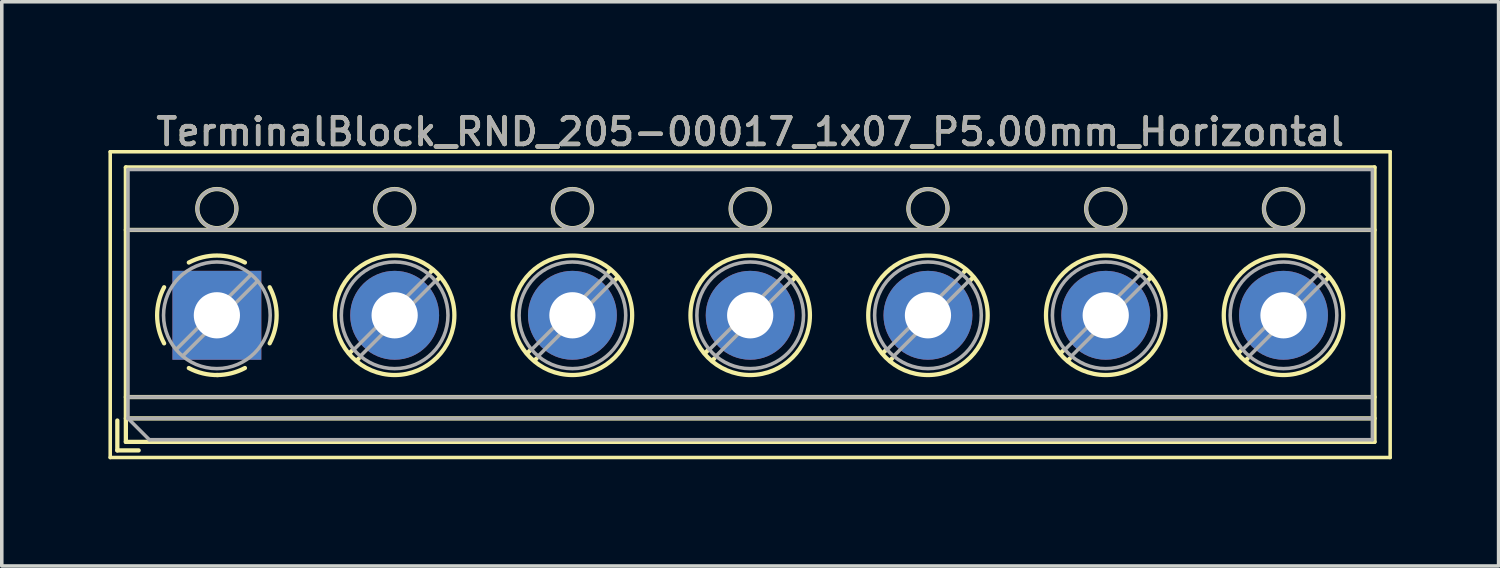
<source format=kicad_pcb>
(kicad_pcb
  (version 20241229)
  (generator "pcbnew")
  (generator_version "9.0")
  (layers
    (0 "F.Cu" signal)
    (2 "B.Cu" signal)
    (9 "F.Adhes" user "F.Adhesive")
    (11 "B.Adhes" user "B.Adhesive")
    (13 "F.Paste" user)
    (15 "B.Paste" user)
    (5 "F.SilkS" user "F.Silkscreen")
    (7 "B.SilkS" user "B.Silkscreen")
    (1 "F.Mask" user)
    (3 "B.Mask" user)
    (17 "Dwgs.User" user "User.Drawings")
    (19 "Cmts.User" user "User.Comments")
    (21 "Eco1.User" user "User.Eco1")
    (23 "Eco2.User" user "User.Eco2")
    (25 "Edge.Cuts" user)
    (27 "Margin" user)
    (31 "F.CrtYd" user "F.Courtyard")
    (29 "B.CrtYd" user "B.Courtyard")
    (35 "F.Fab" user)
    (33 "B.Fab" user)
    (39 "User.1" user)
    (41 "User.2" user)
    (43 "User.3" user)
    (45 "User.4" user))
  (footprint "TerminalBlock_RND_205-00017_1x07_P5.00mm_Horizontal"
    (layer "F.Cu")
    (at 3.05 5.818)
    (property "Reference" "TerminalBlock_RND_205-00017_1x07_P5.00mm_Horizontal" (at 15 -5.16 0) (layer "F.SilkS") (effects (font (size 0.75 0.75) (thickness 0.125))))
    (attr through_hole)
    (fp_line (start -3 -4.6) (end -3 4) (stroke (width 0.1) (type solid)) (layer "F.SilkS"))
    (fp_line (start -3 4) (end 33 4) (stroke (width 0.1) (type solid)) (layer "F.SilkS"))
    (fp_line (start -2.8 2.96) (end -2.8 3.8) (stroke (width 0.12) (type solid)) (layer "F.SilkS"))
    (fp_line (start -2.8 3.8) (end -2.2 3.8) (stroke (width 0.12) (type solid)) (layer "F.SilkS"))
    (fp_line (start -2.56 -4.16) (end -2.56 3.561) (stroke (width 0.12) (type solid)) (layer "F.SilkS"))
    (fp_line (start -2.56 -4.16) (end 32.56 -4.16) (stroke (width 0.12) (type solid)) (layer "F.SilkS"))
    (fp_line (start -2.56 -2.4) (end 32.56 -2.4) (stroke (width 0.12) (type solid)) (layer "F.SilkS"))
    (fp_line (start -2.56 2.3) (end 32.56 2.3) (stroke (width 0.12) (type solid)) (layer "F.SilkS"))
    (fp_line (start -2.56 2.9) (end 32.56 2.9) (stroke (width 0.12) (type solid)) (layer "F.SilkS"))
    (fp_line (start -2.56 3.561) (end 32.56 3.561) (stroke (width 0.12) (type solid)) (layer "F.SilkS"))
    (fp_line (start 3.82 0.976) (end 3.726 1.069) (stroke (width 0.12) (type solid)) (layer "F.SilkS"))
    (fp_line (start 3.99 1.216) (end 3.931 1.274) (stroke (width 0.12) (type solid)) (layer "F.SilkS"))
    (fp_line (start 6.07 -1.275) (end 6.011 -1.216) (stroke (width 0.12) (type solid)) (layer "F.SilkS"))
    (fp_line (start 6.275 -1.069) (end 6.181 -0.976) (stroke (width 0.12) (type solid)) (layer "F.SilkS"))
    (fp_line (start 8.82 0.976) (end 8.726 1.069) (stroke (width 0.12) (type solid)) (layer "F.SilkS"))
    (fp_line (start 8.99 1.216) (end 8.931 1.274) (stroke (width 0.12) (type solid)) (layer "F.SilkS"))
    (fp_line (start 11.07 -1.275) (end 11.011 -1.216) (stroke (width 0.12) (type solid)) (layer "F.SilkS"))
    (fp_line (start 11.275 -1.069) (end 11.181 -0.976) (stroke (width 0.12) (type solid)) (layer "F.SilkS"))
    (fp_line (start 13.82 0.976) (end 13.726 1.069) (stroke (width 0.12) (type solid)) (layer "F.SilkS"))
    (fp_line (start 13.99 1.216) (end 13.931 1.274) (stroke (width 0.12) (type solid)) (layer "F.SilkS"))
    (fp_line (start 16.07 -1.275) (end 16.011 -1.216) (stroke (width 0.12) (type solid)) (layer "F.SilkS"))
    (fp_line (start 16.275 -1.069) (end 16.181 -0.976) (stroke (width 0.12) (type solid)) (layer "F.SilkS"))
    (fp_line (start 18.82 0.976) (end 18.726 1.069) (stroke (width 0.12) (type solid)) (layer "F.SilkS"))
    (fp_line (start 18.99 1.216) (end 18.931 1.274) (stroke (width 0.12) (type solid)) (layer "F.SilkS"))
    (fp_line (start 21.07 -1.275) (end 21.011 -1.216) (stroke (width 0.12) (type solid)) (layer "F.SilkS"))
    (fp_line (start 21.275 -1.069) (end 21.181 -0.976) (stroke (width 0.12) (type solid)) (layer "F.SilkS"))
    (fp_line (start 23.82 0.976) (end 23.726 1.069) (stroke (width 0.12) (type solid)) (layer "F.SilkS"))
    (fp_line (start 23.99 1.216) (end 23.931 1.274) (stroke (width 0.12) (type solid)) (layer "F.SilkS"))
    (fp_line (start 26.07 -1.275) (end 26.011 -1.216) (stroke (width 0.12) (type solid)) (layer "F.SilkS"))
    (fp_line (start 26.275 -1.069) (end 26.181 -0.976) (stroke (width 0.12) (type solid)) (layer "F.SilkS"))
    (fp_line (start 28.82 0.976) (end 28.726 1.069) (stroke (width 0.12) (type solid)) (layer "F.SilkS"))
    (fp_line (start 28.99 1.216) (end 28.931 1.274) (stroke (width 0.12) (type solid)) (layer "F.SilkS"))
    (fp_line (start 31.07 -1.275) (end 31.011 -1.216) (stroke (width 0.12) (type solid)) (layer "F.SilkS"))
    (fp_line (start 31.275 -1.069) (end 31.181 -0.976) (stroke (width 0.12) (type solid)) (layer "F.SilkS"))
    (fp_line (start 32.56 -4.16) (end 32.56 3.561) (stroke (width 0.12) (type solid)) (layer "F.SilkS"))
    (fp_line (start 33 -4.6) (end -3 -4.6) (stroke (width 0.1) (type solid)) (layer "F.SilkS"))
    (fp_line (start 33 4) (end 33 -4.6) (stroke (width 0.1) (type solid)) (layer "F.SilkS"))
    (fp_arc (start -1.483953 0.789089) (mid -1.680708 0.00005) (end -1.484 -0.789) (stroke (width 0.12) (type solid)) (layer "F.SilkS"))
    (fp_arc (start -0.789089 -1.483953) (mid -0.00005 -1.680708) (end 0.789 -1.484) (stroke (width 0.12) (type solid)) (layer "F.SilkS"))
    (fp_arc (start 0.029383 1.68045) (mid -0.392304 1.634281) (end -0.789 1.484) (stroke (width 0.12) (type solid)) (layer "F.SilkS"))
    (fp_arc (start 0.788712 1.483352) (mid 0.406429 1.630097) (end 0 1.68) (stroke (width 0.12) (type solid)) (layer "F.SilkS"))
    (fp_arc (start 1.483953 -0.789089) (mid 1.680708 -0.00005) (end 1.484 0.789) (stroke (width 0.12) (type solid)) (layer "F.SilkS"))
    (fp_circle (center 0 -3) (end 0.55 -3) (stroke (width 0.12) (type solid)) (fill no) (layer "F.SilkS"))
    (fp_circle (center 5 -3) (end 5.55 -3) (stroke (width 0.12) (type solid)) (fill no) (layer "F.SilkS"))
    (fp_circle (center 5 0) (end 6.68 0) (stroke (width 0.12) (type solid)) (fill no) (layer "F.SilkS"))
    (fp_circle (center 10 -3) (end 10.55 -3) (stroke (width 0.12) (type solid)) (fill no) (layer "F.SilkS"))
    (fp_circle (center 10 0) (end 11.68 0) (stroke (width 0.12) (type solid)) (fill no) (layer "F.SilkS"))
    (fp_circle (center 15 -3) (end 15.55 -3) (stroke (width 0.12) (type solid)) (fill no) (layer "F.SilkS"))
    (fp_circle (center 15 0) (end 16.68 0) (stroke (width 0.12) (type solid)) (fill no) (layer "F.SilkS"))
    (fp_circle (center 20 -3) (end 20.55 -3) (stroke (width 0.12) (type solid)) (fill no) (layer "F.SilkS"))
    (fp_circle (center 20 0) (end 21.68 0) (stroke (width 0.12) (type solid)) (fill no) (layer "F.SilkS"))
    (fp_circle (center 25 -3) (end 25.55 -3) (stroke (width 0.12) (type solid)) (fill no) (layer "F.SilkS"))
    (fp_circle (center 25 0) (end 26.68 0) (stroke (width 0.12) (type solid)) (fill no) (layer "F.SilkS"))
    (fp_circle (center 30 -3) (end 30.55 -3) (stroke (width 0.12) (type solid)) (fill no) (layer "F.SilkS"))
    (fp_circle (center 30 0) (end 31.68 0) (stroke (width 0.12) (type solid)) (fill no) (layer "F.SilkS"))
    (fp_line (start -2.5 -4.1) (end 32.5 -4.1) (stroke (width 0.1) (type solid)) (layer "F.Fab"))
    (fp_line (start -2.5 -2.4) (end 32.5 -2.4) (stroke (width 0.1) (type solid)) (layer "F.Fab"))
    (fp_line (start -2.5 2.3) (end 32.5 2.3) (stroke (width 0.1) (type solid)) (layer "F.Fab"))
    (fp_line (start -2.5 2.9) (end -2.5 -4.1) (stroke (width 0.1) (type solid)) (layer "F.Fab"))
    (fp_line (start -2.5 2.9) (end 32.5 2.9) (stroke (width 0.1) (type solid)) (layer "F.Fab"))
    (fp_line (start -1.9 3.5) (end -2.5 2.9) (stroke (width 0.1) (type solid)) (layer "F.Fab"))
    (fp_line (start 0.955 -1.138) (end -1.138 0.955) (stroke (width 0.1) (type solid)) (layer "F.Fab"))
    (fp_line (start 1.138 -0.955) (end -0.955 1.138) (stroke (width 0.1) (type solid)) (layer "F.Fab"))
    (fp_line (start 5.955 -1.138) (end 3.863 0.955) (stroke (width 0.1) (type solid)) (layer "F.Fab"))
    (fp_line (start 6.138 -0.955) (end 4.046 1.138) (stroke (width 0.1) (type solid)) (layer "F.Fab"))
    (fp_line (start 10.955 -1.138) (end 8.863 0.955) (stroke (width 0.1) (type solid)) (layer "F.Fab"))
    (fp_line (start 11.138 -0.955) (end 9.046 1.138) (stroke (width 0.1) (type solid)) (layer "F.Fab"))
    (fp_line (start 15.955 -1.138) (end 13.863 0.955) (stroke (width 0.1) (type solid)) (layer "F.Fab"))
    (fp_line (start 16.138 -0.955) (end 14.046 1.138) (stroke (width 0.1) (type solid)) (layer "F.Fab"))
    (fp_line (start 20.955 -1.138) (end 18.863 0.955) (stroke (width 0.1) (type solid)) (layer "F.Fab"))
    (fp_line (start 21.138 -0.955) (end 19.046 1.138) (stroke (width 0.1) (type solid)) (layer "F.Fab"))
    (fp_line (start 25.955 -1.138) (end 23.863 0.955) (stroke (width 0.1) (type solid)) (layer "F.Fab"))
    (fp_line (start 26.138 -0.955) (end 24.046 1.138) (stroke (width 0.1) (type solid)) (layer "F.Fab"))
    (fp_line (start 30.955 -1.138) (end 28.863 0.955) (stroke (width 0.1) (type solid)) (layer "F.Fab"))
    (fp_line (start 31.138 -0.955) (end 29.046 1.138) (stroke (width 0.1) (type solid)) (layer "F.Fab"))
    (fp_line (start 32.5 -4.1) (end 32.5 3.5) (stroke (width 0.1) (type solid)) (layer "F.Fab"))
    (fp_line (start 32.5 3.5) (end -1.9 3.5) (stroke (width 0.1) (type solid)) (layer "F.Fab"))
    (fp_circle (center 0 -3) (end 0.55 -3) (stroke (width 0.1) (type solid)) (fill no) (layer "F.Fab"))
    (fp_circle (center 0 0) (end 1.5 0) (stroke (width 0.1) (type solid)) (fill no) (layer "F.Fab"))
    (fp_circle (center 5 -3) (end 5.55 -3) (stroke (width 0.1) (type solid)) (fill no) (layer "F.Fab"))
    (fp_circle (center 5 0) (end 6.5 0) (stroke (width 0.1) (type solid)) (fill no) (layer "F.Fab"))
    (fp_circle (center 10 -3) (end 10.55 -3) (stroke (width 0.1) (type solid)) (fill no) (layer "F.Fab"))
    (fp_circle (center 10 0) (end 11.5 0) (stroke (width 0.1) (type solid)) (fill no) (layer "F.Fab"))
    (fp_circle (center 15 -3) (end 15.55 -3) (stroke (width 0.1) (type solid)) (fill no) (layer "F.Fab"))
    (fp_circle (center 15 0) (end 16.5 0) (stroke (width 0.1) (type solid)) (fill no) (layer "F.Fab"))
    (fp_circle (center 20 -3) (end 20.55 -3) (stroke (width 0.1) (type solid)) (fill no) (layer "F.Fab"))
    (fp_circle (center 20 0) (end 21.5 0) (stroke (width 0.1) (type solid)) (fill no) (layer "F.Fab"))
    (fp_circle (center 25 -3) (end 25.55 -3) (stroke (width 0.1) (type solid)) (fill no) (layer "F.Fab"))
    (fp_circle (center 25 0) (end 26.5 0) (stroke (width 0.1) (type solid)) (fill no) (layer "F.Fab"))
    (fp_circle (center 30 -3) (end 30.55 -3) (stroke (width 0.1) (type solid)) (fill no) (layer "F.Fab"))
    (fp_circle (center 30 0) (end 31.5 0) (stroke (width 0.1) (type solid)) (fill no) (layer "F.Fab"))
    (fp_text user "${REFERENCE}" (at 15 -5.16 0) (layer "F.Fab") (effects (font (size 0.75 0.75) (thickness 0.125))))
    (pad "1" thru_hole rect (at 0 0) (size 2.5 2.5) (drill 1.3) (layers "*.Cu" "*.Mask"))
    (pad "2" thru_hole circle (at 5 0) (size 2.5 2.5) (drill 1.3) (layers "*.Cu" "*.Mask"))
    (pad "3" thru_hole circle (at 10 0) (size 2.5 2.5) (drill 1.3) (layers "*.Cu" "*.Mask"))
    (pad "4" thru_hole circle (at 15 0) (size 2.5 2.5) (drill 1.3) (layers "*.Cu" "*.Mask"))
    (pad "5" thru_hole circle (at 20 0) (size 2.5 2.5) (drill 1.3) (layers "*.Cu" "*.Mask"))
    (pad "6" thru_hole circle (at 25 0) (size 2.5 2.5) (drill 1.3) (layers "*.Cu" "*.Mask"))
    (pad "7" thru_hole circle (at 30 0) (size 2.5 2.5) (drill 1.3) (layers "*.Cu" "*.Mask")))
  (gr_rect
    (start -3 -3)
    (end 39.1 12.868)
    (stroke (width 0.1) (type default))
    (fill no)
    (layer "Edge.Cuts")))
</source>
